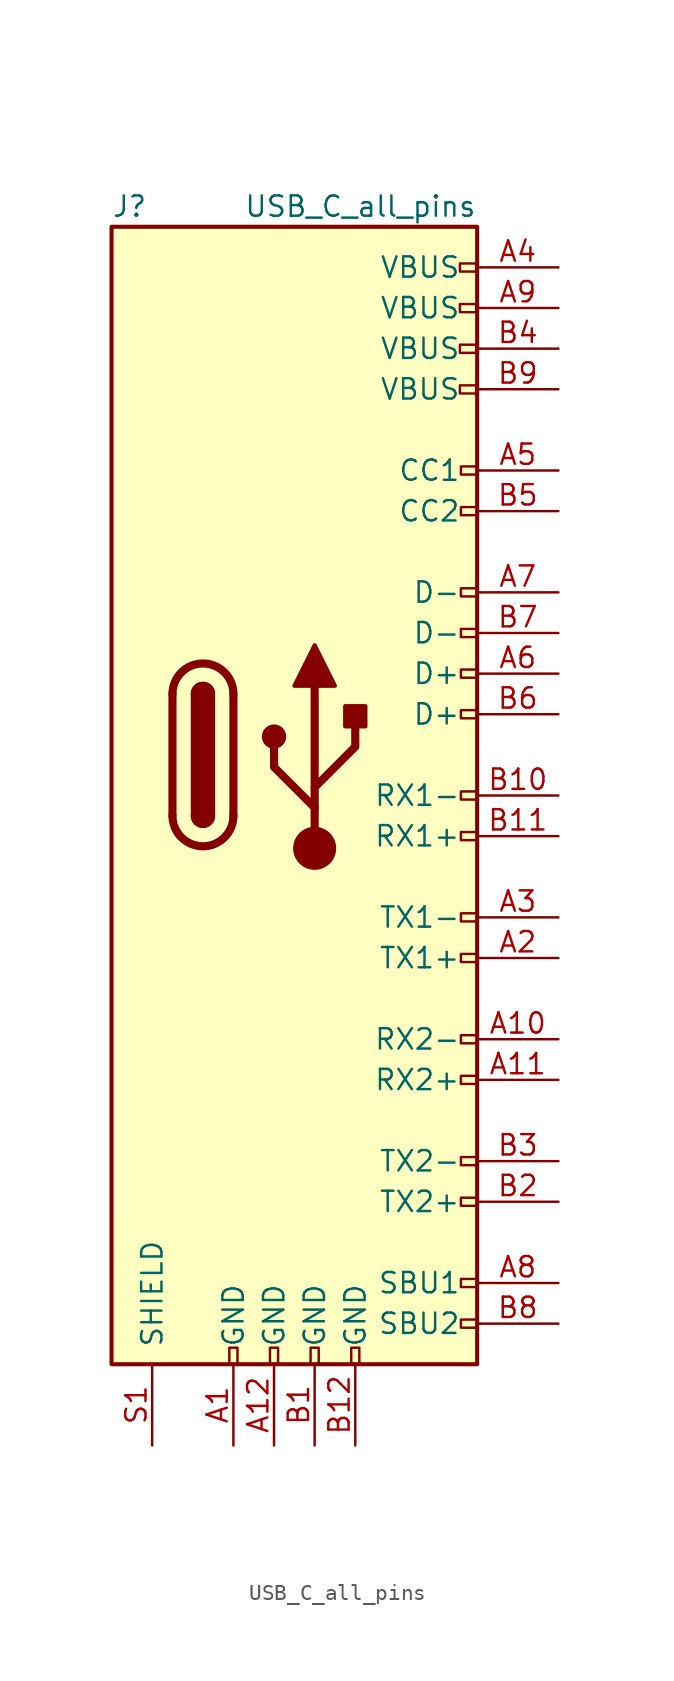
<source format=kicad_sym>
(kicad_symbol_lib
  (version 20211014)
  (generator kicad_symbol_editor)
  (symbol "USB_C_all_pins"
    (pin_names
      (offset 1.016))
    (property "Reference" "J"
      (at -12.7 34.29 0)
      (effects (font (size 1.27 1.27)) (justify left)))
    (property "Value" "USB_C_all_pins"
      (at 10.16 34.29 0)
      (effects (font (size 1.27 1.27)) (justify right)))
    (symbol "USB_C_all_pins_0_0"
      (rectangle (start -5.334 -37.065) (end -4.826 -38.081) (stroke (width 0) (type default) (color 0 0 0 0)) (fill (type none)))
      (rectangle (start -2.794 -37.065) (end -2.286 -38.081) (stroke (width 0) (type default) (color 0 0 0 0)) (fill (type none)))
      (rectangle (start -0.254 -37.065) (end 0.254 -38.081) (stroke (width 0) (type default) (color 0 0 0 0)) (fill (type none)))
      (rectangle (start 2.286 -37.065) (end 2.794 -38.081) (stroke (width 0) (type default) (color 0 0 0 0)) (fill (type none)))
      (rectangle (start 10.097 23.105) (end 9.081 22.597) (stroke (width 0) (type default) (color 0 0 0 0)) (fill (type none)))
      (rectangle (start 10.097 25.645) (end 9.081 25.137) (stroke (width 0) (type default) (color 0 0 0 0)) (fill (type none)))
      (rectangle (start 10.097 28.185) (end 9.081 27.677) (stroke (width 0) (type default) (color 0 0 0 0)) (fill (type none)))
      (rectangle (start 10.097 30.725) (end 9.081 30.217) (stroke (width 0) (type default) (color 0 0 0 0)) (fill (type none)))
      (rectangle (start 10.16 -35.306) (end 9.144 -35.814) (stroke (width 0) (type default) (color 0 0 0 0)) (fill (type none)))
      (rectangle (start 10.16 -32.766) (end 9.144 -33.274) (stroke (width 0) (type default) (color 0 0 0 0)) (fill (type none)))
      (rectangle (start 10.16 -27.686) (end 9.144 -28.194) (stroke (width 0) (type default) (color 0 0 0 0)) (fill (type none)))
      (rectangle (start 10.16 -25.146) (end 9.144 -25.654) (stroke (width 0) (type default) (color 0 0 0 0)) (fill (type none)))
      (rectangle (start 10.16 -20.066) (end 9.144 -20.574) (stroke (width 0) (type default) (color 0 0 0 0)) (fill (type none)))
      (rectangle (start 10.16 -17.526) (end 9.144 -18.034) (stroke (width 0) (type default) (color 0 0 0 0)) (fill (type none)))
      (rectangle (start 10.16 -12.446) (end 9.144 -12.954) (stroke (width 0) (type default) (color 0 0 0 0)) (fill (type none)))
      (rectangle (start 10.16 -9.906) (end 9.144 -10.414) (stroke (width 0) (type default) (color 0 0 0 0)) (fill (type none)))
      (rectangle (start 10.16 -4.826) (end 9.144 -5.334) (stroke (width 0) (type default) (color 0 0 0 0)) (fill (type none)))
      (rectangle (start 10.16 -2.286) (end 9.144 -2.794) (stroke (width 0) (type default) (color 0 0 0 0)) (fill (type none)))
      (rectangle (start 10.16 2.794) (end 9.144 2.286) (stroke (width 0) (type default) (color 0 0 0 0)) (fill (type none)))
      (rectangle (start 10.16 5.334) (end 9.144 4.826) (stroke (width 0) (type default) (color 0 0 0 0)) (fill (type none)))
      (rectangle (start 10.16 7.874) (end 9.144 7.366) (stroke (width 0) (type default) (color 0 0 0 0)) (fill (type none)))
      (rectangle (start 10.16 10.414) (end 9.144 9.906) (stroke (width 0) (type default) (color 0 0 0 0)) (fill (type none)))
      (rectangle (start 10.16 15.494) (end 9.144 14.986) (stroke (width 0) (type default) (color 0 0 0 0)) (fill (type none)))
      (rectangle (start 10.16 18.034) (end 9.144 17.526) (stroke (width 0) (type default) (color 0 0 0 0)) (fill (type none))))
    (symbol "USB_C_all_pins_0_1"
      (rectangle (start -12.7 33.02) (end 10.16 -38.1) (stroke (width 0.254) (type default) (color 0 0 0 0)) (fill (type background)))
      (arc (start -8.89 -3.81) (mid -6.985 -5.715) (end -5.08 -3.81) (stroke (width 0.508) (type default) (color 0 0 0 0)) (fill (type none)))
      (arc (start -7.62 -3.81) (mid -6.985 -4.445) (end -6.35 -3.81) (stroke (width 0.254) (type default) (color 0 0 0 0)) (fill (type none)))
      (arc (start -7.62 -3.81) (mid -6.985 -4.445) (end -6.35 -3.81) (stroke (width 0.254) (type default) (color 0 0 0 0)) (fill (type outline)))
      (rectangle (start -7.62 -3.81) (end -6.35 3.81) (stroke (width 0.254) (type default) (color 0 0 0 0)) (fill (type outline)))
      (arc (start -6.35 3.81) (mid -6.985 4.445) (end -7.62 3.81) (stroke (width 0.254) (type default) (color 0 0 0 0)) (fill (type none)))
      (arc (start -6.35 3.81) (mid -6.985 4.445) (end -7.62 3.81) (stroke (width 0.254) (type default) (color 0 0 0 0)) (fill (type outline)))
      (arc (start -5.08 3.81) (mid -6.985 5.715) (end -8.89 3.81) (stroke (width 0.508) (type default) (color 0 0 0 0)) (fill (type none)))
      (polyline (pts (xy -8.89 -3.81) (xy -8.89 3.81)) (stroke (width 0.508) (type default) (color 0 0 0 0)) (fill (type none)))
      (polyline (pts (xy -5.08 3.81) (xy -5.08 -3.81)) (stroke (width 0.508) (type default) (color 0 0 0 0)) (fill (type none))))
    (symbol "USB_C_all_pins_1_1"
      (circle (center -2.54 1.143) (radius 0.635) (stroke (width 0.254) (type default) (color 0 0 0 0)) (fill (type outline)))
      (circle (center 0 -5.842) (radius 1.27) (stroke (width 0) (type default) (color 0 0 0 0)) (fill (type outline)))
      (polyline (pts (xy 0 -5.842) (xy 0 4.318)) (stroke (width 0.508) (type default) (color 0 0 0 0)) (fill (type none)))
      (polyline (pts (xy 0 -3.302) (xy -2.54 -0.762) (xy -2.54 0.508)) (stroke (width 0.508) (type default) (color 0 0 0 0)) (fill (type none)))
      (polyline (pts (xy 0 -2.032) (xy 2.54 0.508) (xy 2.54 1.778)) (stroke (width 0.508) (type default) (color 0 0 0 0)) (fill (type none)))
      (polyline (pts (xy -1.27 4.318) (xy 0 6.858) (xy 1.27 4.318) (xy -1.27 4.318)) (stroke (width 0.254) (type default) (color 0 0 0 0)) (fill (type outline)))
      (rectangle (start 1.905 1.778) (end 3.175 3.048) (stroke (width 0.254) (type default) (color 0 0 0 0)) (fill (type outline)))
      (pin passive line (at -5.08 -43.18 90) (length 5.08) (name "GND" (effects (font (size 1.27 1.27)))) (number "A1" (effects (font (size 1.27 1.27)))))
      (pin bidirectional line (at 15.24 -17.78 180) (length 5.08) (name "RX2-" (effects (font (size 1.27 1.27)))) (number "A10" (effects (font (size 1.27 1.27)))))
      (pin bidirectional line (at 15.24 -20.32 180) (length 5.08) (name "RX2+" (effects (font (size 1.27 1.27)))) (number "A11" (effects (font (size 1.27 1.27)))))
      (pin passive line (at -2.54 -43.18 90) (length 5.08) (name "GND" (effects (font (size 1.27 1.27)))) (number "A12" (effects (font (size 1.27 1.27)))))
      (pin bidirectional line (at 15.24 -12.7 180) (length 5.08) (name "TX1+" (effects (font (size 1.27 1.27)))) (number "A2" (effects (font (size 1.27 1.27)))))
      (pin bidirectional line (at 15.24 -10.16 180) (length 5.08) (name "TX1-" (effects (font (size 1.27 1.27)))) (number "A3" (effects (font (size 1.27 1.27)))))
      (pin passive line (at 15.24 30.48 180) (length 5.08) (name "VBUS" (effects (font (size 1.27 1.27)))) (number "A4" (effects (font (size 1.27 1.27)))))
      (pin bidirectional line (at 15.24 17.78 180) (length 5.08) (name "CC1" (effects (font (size 1.27 1.27)))) (number "A5" (effects (font (size 1.27 1.27)))))
      (pin bidirectional line (at 15.24 5.08 180) (length 5.08) (name "D+" (effects (font (size 1.27 1.27)))) (number "A6" (effects (font (size 1.27 1.27)))))
      (pin bidirectional line (at 15.24 10.16 180) (length 5.08) (name "D-" (effects (font (size 1.27 1.27)))) (number "A7" (effects (font (size 1.27 1.27)))))
      (pin bidirectional line (at 15.24 -33.02 180) (length 5.08) (name "SBU1" (effects (font (size 1.27 1.27)))) (number "A8" (effects (font (size 1.27 1.27)))))
      (pin passive line (at 15.24 27.94 180) (length 5.08) (name "VBUS" (effects (font (size 1.27 1.27)))) (number "A9" (effects (font (size 1.27 1.27)))))
      (pin passive line (at 0 -43.18 90) (length 5.08) (name "GND" (effects (font (size 1.27 1.27)))) (number "B1" (effects (font (size 1.27 1.27)))))
      (pin bidirectional line (at 15.24 -2.54 180) (length 5.08) (name "RX1-" (effects (font (size 1.27 1.27)))) (number "B10" (effects (font (size 1.27 1.27)))))
      (pin bidirectional line (at 15.24 -5.08 180) (length 5.08) (name "RX1+" (effects (font (size 1.27 1.27)))) (number "B11" (effects (font (size 1.27 1.27)))))
      (pin passive line (at 2.54 -43.18 90) (length 5.08) (name "GND" (effects (font (size 1.27 1.27)))) (number "B12" (effects (font (size 1.27 1.27)))))
      (pin bidirectional line (at 15.24 -27.94 180) (length 5.08) (name "TX2+" (effects (font (size 1.27 1.27)))) (number "B2" (effects (font (size 1.27 1.27)))))
      (pin bidirectional line (at 15.24 -25.4 180) (length 5.08) (name "TX2-" (effects (font (size 1.27 1.27)))) (number "B3" (effects (font (size 1.27 1.27)))))
      (pin passive line (at 15.24 25.4 180) (length 5.08) (name "VBUS" (effects (font (size 1.27 1.27)))) (number "B4" (effects (font (size 1.27 1.27)))))
      (pin bidirectional line (at 15.24 15.24 180) (length 5.08) (name "CC2" (effects (font (size 1.27 1.27)))) (number "B5" (effects (font (size 1.27 1.27)))))
      (pin bidirectional line (at 15.24 2.54 180) (length 5.08) (name "D+" (effects (font (size 1.27 1.27)))) (number "B6" (effects (font (size 1.27 1.27)))))
      (pin bidirectional line (at 15.24 7.62 180) (length 5.08) (name "D-" (effects (font (size 1.27 1.27)))) (number "B7" (effects (font (size 1.27 1.27)))))
      (pin bidirectional line (at 15.24 -35.56 180) (length 5.08) (name "SBU2" (effects (font (size 1.27 1.27)))) (number "B8" (effects (font (size 1.27 1.27)))))
      (pin passive line (at 15.24 22.86 180) (length 5.08) (name "VBUS" (effects (font (size 1.27 1.27)))) (number "B9" (effects (font (size 1.27 1.27)))))
      (pin passive line (at -10.16 -43.18 90) (length 5.08) (name "SHIELD" (effects (font (size 1.27 1.27)))) (number "S1" (effects (font (size 1.27 1.27))))))))
</source>
